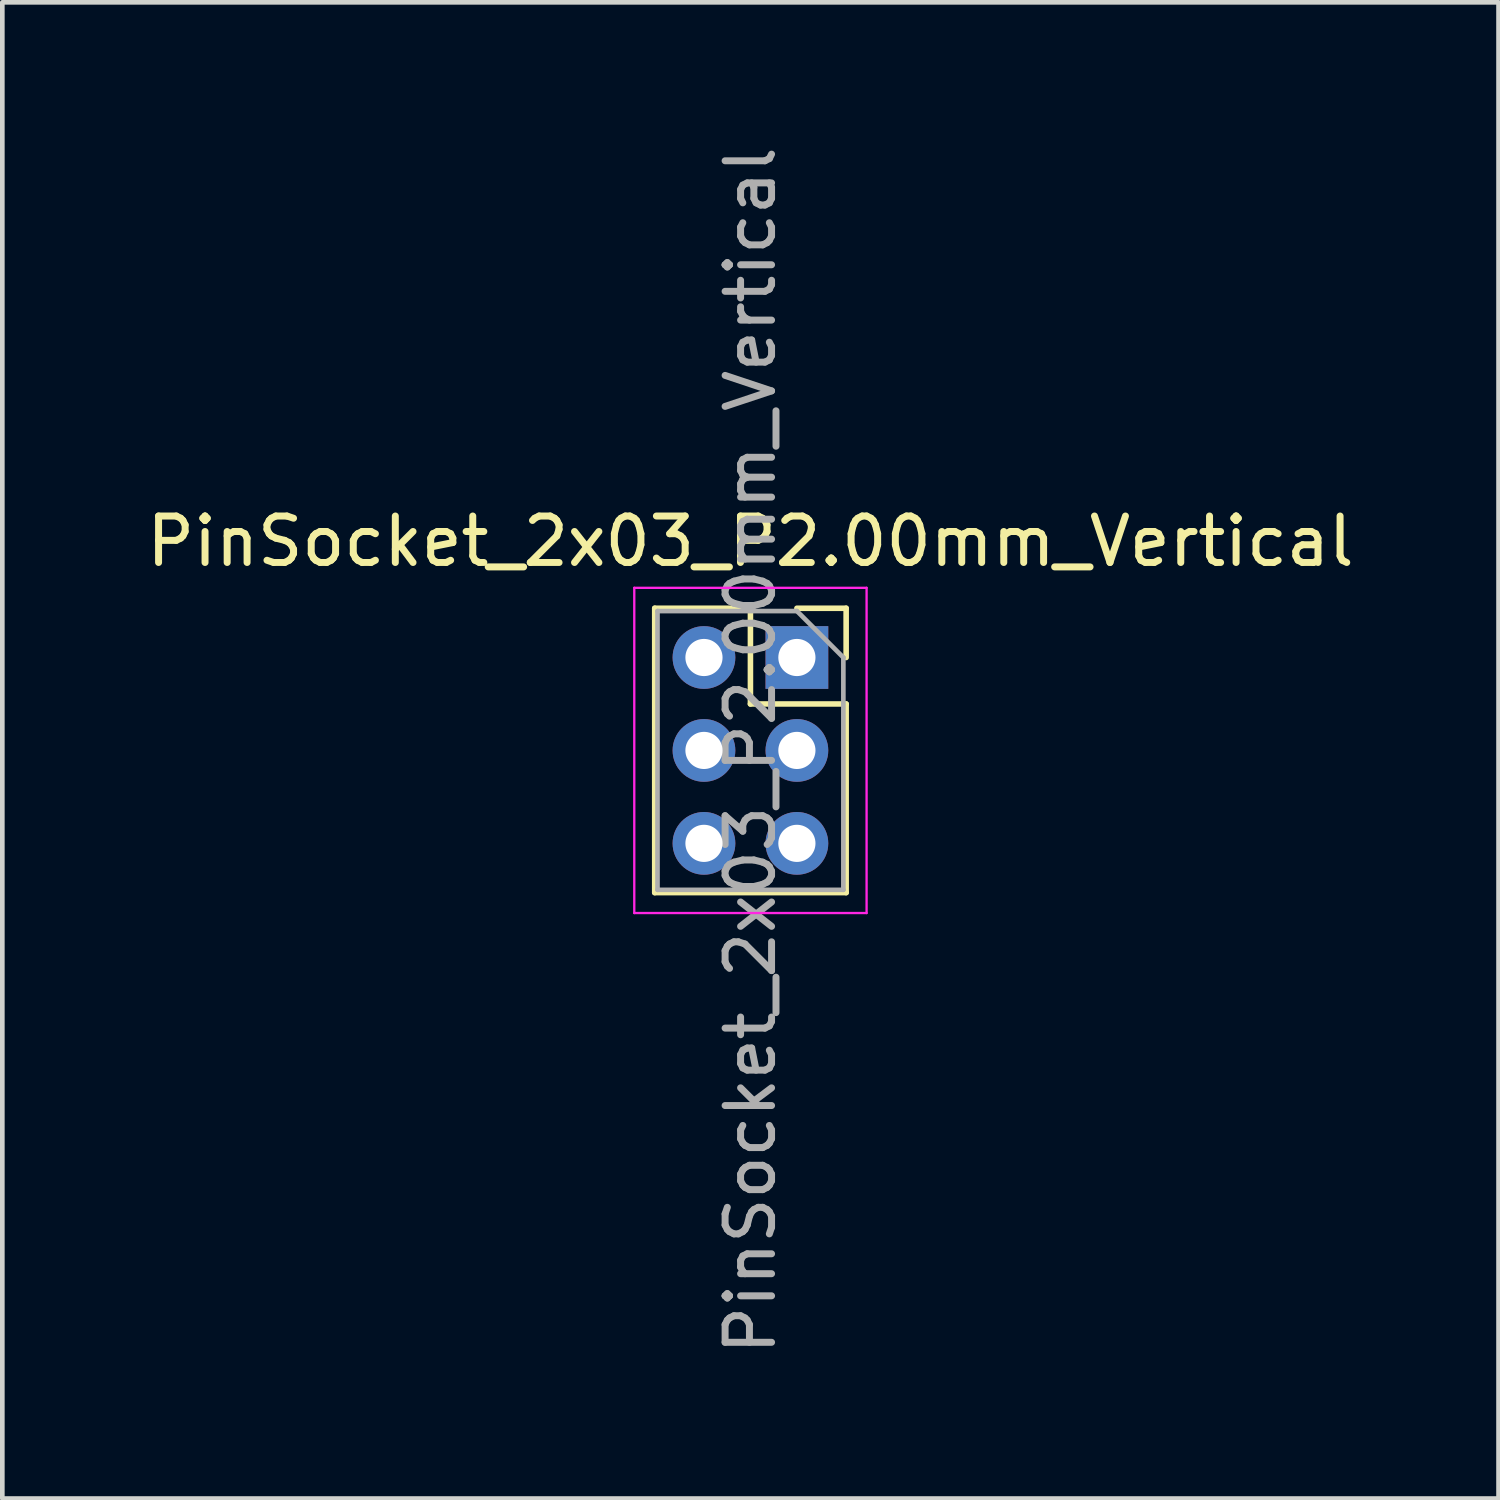
<source format=kicad_pcb>
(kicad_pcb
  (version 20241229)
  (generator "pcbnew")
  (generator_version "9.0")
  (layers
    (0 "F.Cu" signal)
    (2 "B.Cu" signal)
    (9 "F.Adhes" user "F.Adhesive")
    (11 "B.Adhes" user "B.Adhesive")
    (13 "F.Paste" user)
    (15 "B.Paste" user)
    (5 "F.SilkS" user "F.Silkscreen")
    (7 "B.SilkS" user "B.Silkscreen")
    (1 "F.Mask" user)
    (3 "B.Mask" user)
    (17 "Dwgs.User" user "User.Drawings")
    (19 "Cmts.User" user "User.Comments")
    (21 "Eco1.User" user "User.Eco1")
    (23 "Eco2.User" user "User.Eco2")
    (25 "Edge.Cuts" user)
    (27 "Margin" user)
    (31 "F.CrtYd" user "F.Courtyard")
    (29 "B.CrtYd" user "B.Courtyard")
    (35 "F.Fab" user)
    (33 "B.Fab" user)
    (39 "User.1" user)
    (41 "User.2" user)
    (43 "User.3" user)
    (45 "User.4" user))
  (footprint "PinSocket_2x03_P2.00mm_Vertical"
    (layer "F.Cu")
    (at 14.101 11.101)
    (property "Reference" "PinSocket_2x03_P2.00mm_Vertical" (at -1 -2.5 0) (layer "F.SilkS") (effects (font (size 1 1) (thickness 0.15))))
    (attr through_hole)
    (fp_line (start -3.06 -1.06) (end -3.06 5.06) (stroke (width 0.12) (type solid)) (layer "F.SilkS"))
    (fp_line (start -3.06 -1.06) (end -1 -1.06) (stroke (width 0.12) (type solid)) (layer "F.SilkS"))
    (fp_line (start -3.06 5.06) (end 1.06 5.06) (stroke (width 0.12) (type solid)) (layer "F.SilkS"))
    (fp_line (start -1 -1.06) (end -1 1) (stroke (width 0.12) (type solid)) (layer "F.SilkS"))
    (fp_line (start -1 1) (end 1.06 1) (stroke (width 0.12) (type solid)) (layer "F.SilkS"))
    (fp_line (start 0 -1.06) (end 1.06 -1.06) (stroke (width 0.12) (type solid)) (layer "F.SilkS"))
    (fp_line (start 1.06 -1.06) (end 1.06 0) (stroke (width 0.12) (type solid)) (layer "F.SilkS"))
    (fp_line (start 1.06 1) (end 1.06 5.06) (stroke (width 0.12) (type solid)) (layer "F.SilkS"))
    (fp_line (start -3.5 -1.5) (end 1.5 -1.5) (stroke (width 0.05) (type solid)) (layer "F.CrtYd"))
    (fp_line (start -3.5 5.5) (end -3.5 -1.5) (stroke (width 0.05) (type solid)) (layer "F.CrtYd"))
    (fp_line (start 1.5 -1.5) (end 1.5 5.5) (stroke (width 0.05) (type solid)) (layer "F.CrtYd"))
    (fp_line (start 1.5 5.5) (end -3.5 5.5) (stroke (width 0.05) (type solid)) (layer "F.CrtYd"))
    (fp_line (start -3 -1) (end 0 -1) (stroke (width 0.1) (type solid)) (layer "F.Fab"))
    (fp_line (start -3 5) (end -3 -1) (stroke (width 0.1) (type solid)) (layer "F.Fab"))
    (fp_line (start 0 -1) (end 1 0) (stroke (width 0.1) (type solid)) (layer "F.Fab"))
    (fp_line (start 1 0) (end 1 5) (stroke (width 0.1) (type solid)) (layer "F.Fab"))
    (fp_line (start 1 5) (end -3 5) (stroke (width 0.1) (type solid)) (layer "F.Fab"))
    (fp_text user "${REFERENCE}" (at -1 2 270) (layer "F.Fab") (effects (font (size 1 1) (thickness 0.15))))
    (pad "1" thru_hole rect (at 0 0) (size 1.35 1.35) (drill 0.8) (layers "*.Cu" "*.Mask"))
    (pad "2" thru_hole oval (at 0 2) (size 1.35 1.35) (drill 0.8) (layers "*.Cu" "*.Mask"))
    (pad "3" thru_hole oval (at 0 4) (size 1.35 1.35) (drill 0.8) (layers "*.Cu" "*.Mask"))
    (pad "4" thru_hole oval (at -2 4) (size 1.35 1.35) (drill 0.8) (layers "*.Cu" "*.Mask"))
    (pad "5" thru_hole oval (at -2 2 90) (size 1.35 1.35) (drill 0.8) (layers "*.Cu" "*.Mask"))
    (pad "6" thru_hole oval (at -2 0) (size 1.35 1.35) (drill 0.8) (layers "*.Cu" "*.Mask")))
  (gr_rect
    (start -3 -3)
    (end 29.202 29.202)
    (stroke (width 0.1) (type default))
    (fill no)
    (layer "Edge.Cuts")))
</source>
